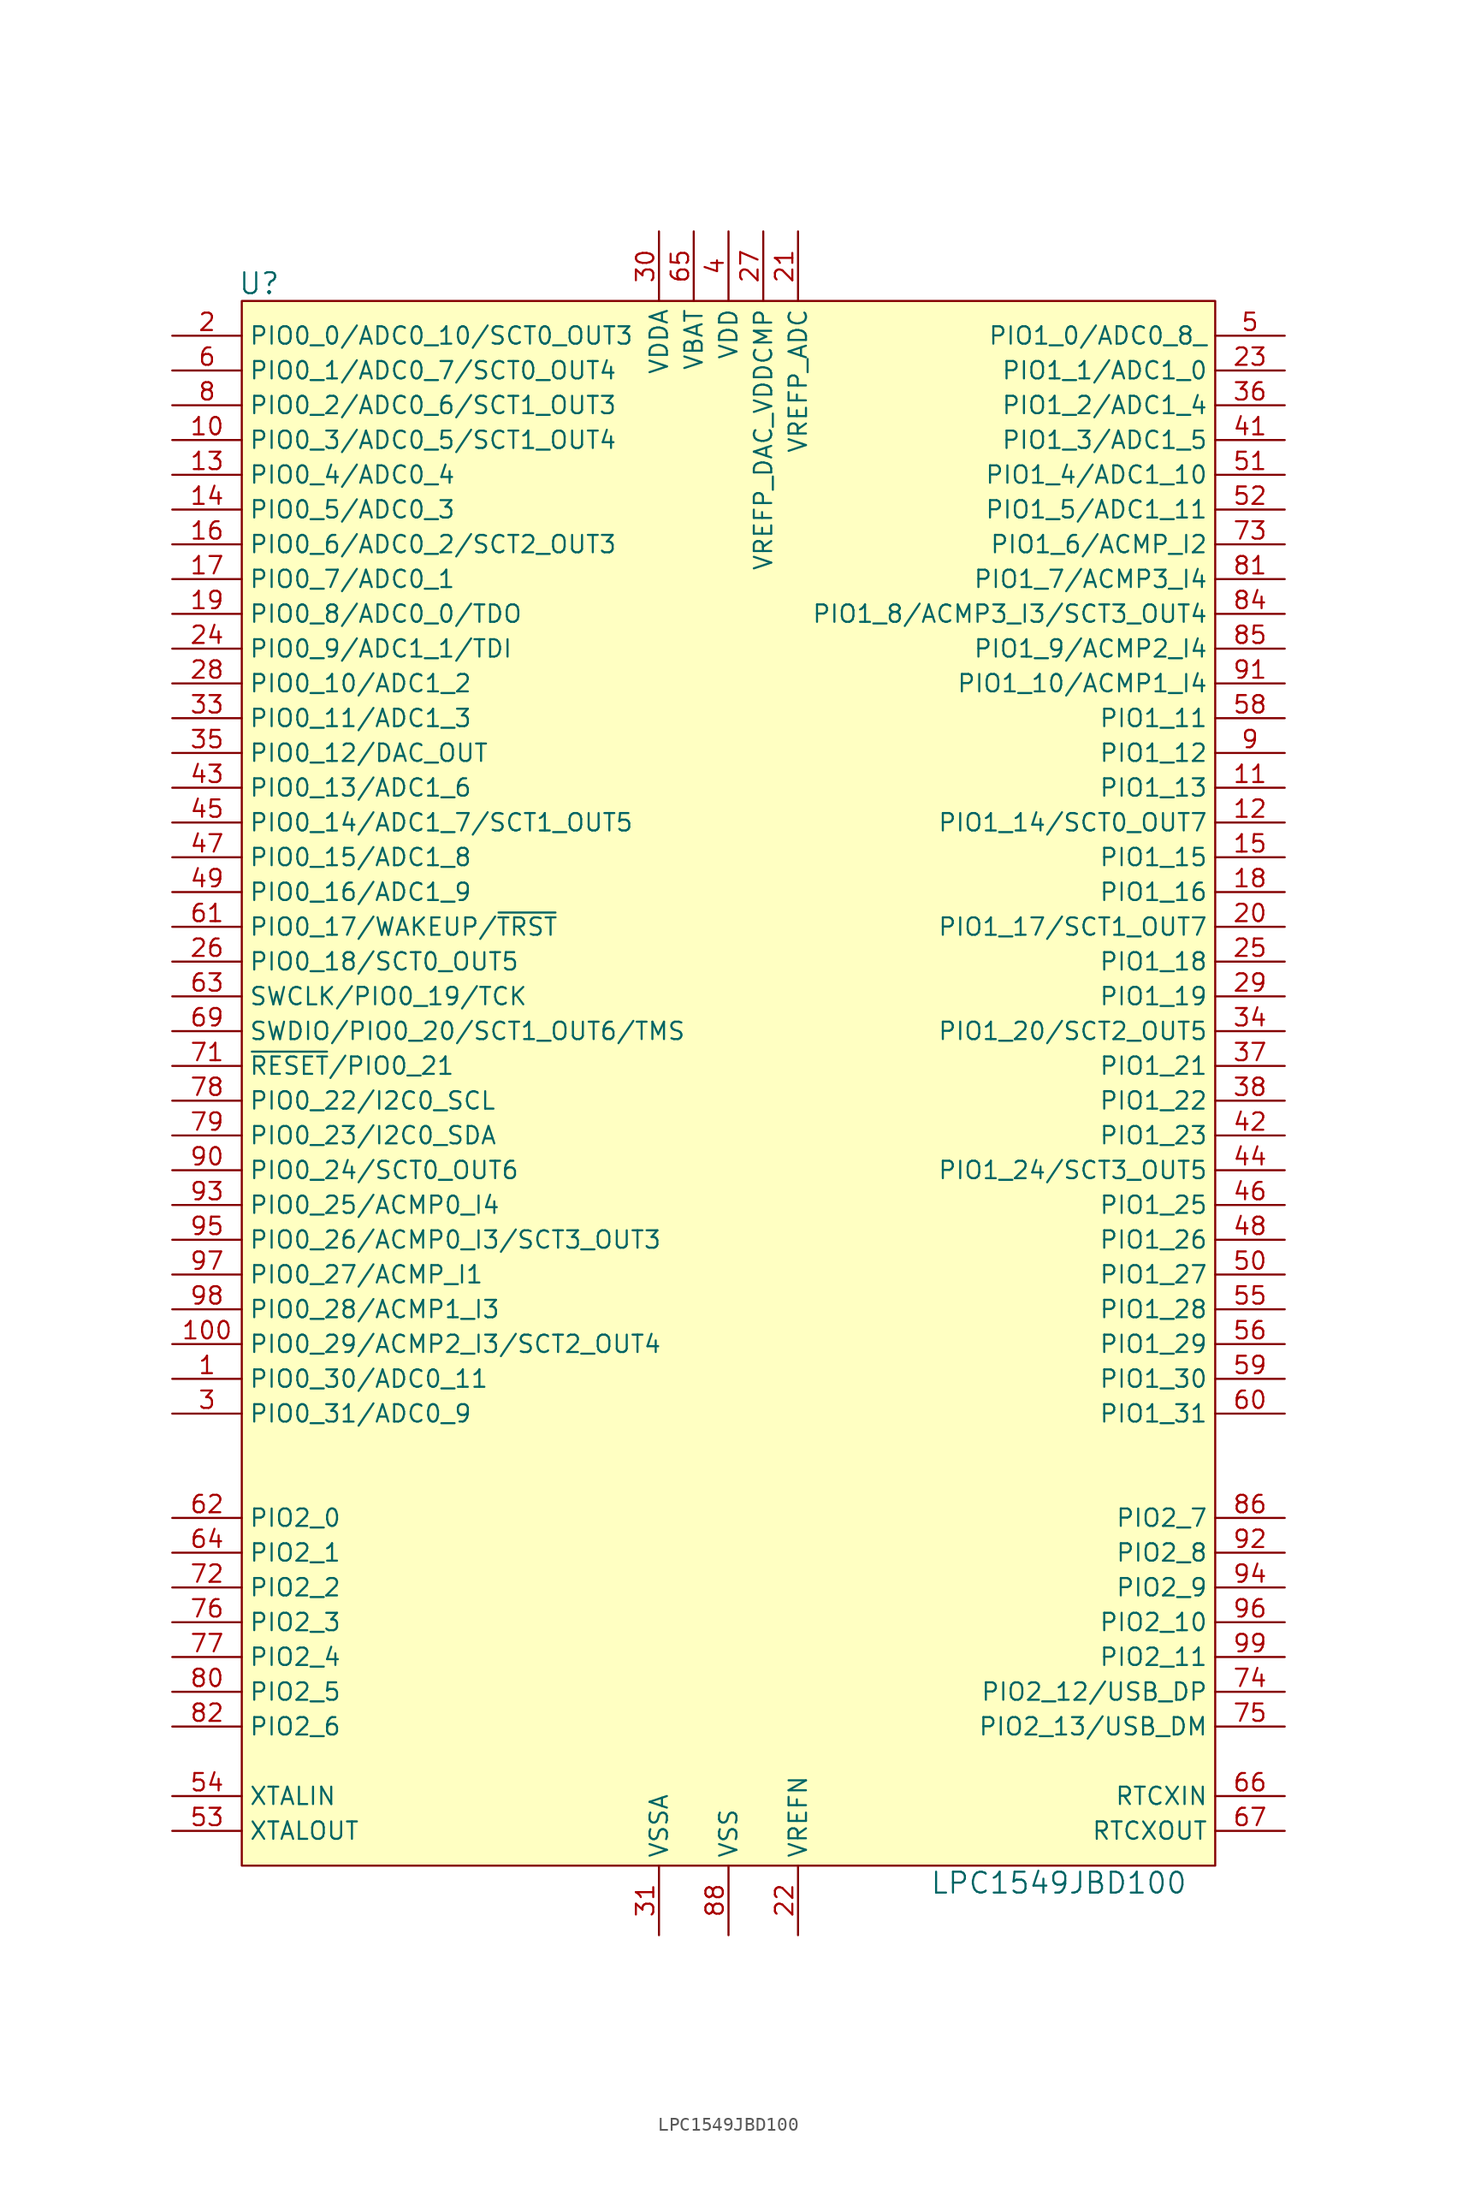
<source format=kicad_sym>
(kicad_symbol_lib
  (version 20211014)
  (generator kicad_symbol_editor)
  (symbol "LPC1549JBD100"
    (property "Reference" "U"
      (at -34.29 58.42 0)
      (effects (font (size 1.524 1.524))))
    (property "Value" "LPC1549JBD100"
      (at 24.13 -58.42 0)
      (effects (font (size 1.524 1.524))))
    (symbol "LPC1549JBD100_0_1"
      (rectangle (start -35.56 -57.15) (end 35.56 57.15) (stroke (width 0) (type default) (color 0 0 0 0)) (fill (type background))))
    (symbol "LPC1549JBD100_1_1"
      (pin bidirectional line (at -40.64 -21.59 0) (length 5.08) (name "PIO0_30/ADC0_11" (effects (font (size 1.27 1.27)))) (number "1" (effects (font (size 1.27 1.27)))))
      (pin bidirectional line (at -40.64 46.99 0) (length 5.08) (name "PIO0_3/ADC0_5/SCT1_OUT4" (effects (font (size 1.27 1.27)))) (number "10" (effects (font (size 1.27 1.27)))))
      (pin bidirectional line (at -40.64 -19.05 0) (length 5.08) (name "PIO0_29/ACMP2_I3/SCT2_OUT4" (effects (font (size 1.27 1.27)))) (number "100" (effects (font (size 1.27 1.27)))))
      (pin bidirectional line (at 40.64 21.59 180) (length 5.08) (name "PIO1_13" (effects (font (size 1.27 1.27)))) (number "11" (effects (font (size 1.27 1.27)))))
      (pin bidirectional line (at 40.64 19.05 180) (length 5.08) (name "PIO1_14/SCT0_OUT7" (effects (font (size 1.27 1.27)))) (number "12" (effects (font (size 1.27 1.27)))))
      (pin bidirectional line (at -40.64 44.45 0) (length 5.08) (name "PIO0_4/ADC0_4" (effects (font (size 1.27 1.27)))) (number "13" (effects (font (size 1.27 1.27)))))
      (pin bidirectional line (at -40.64 41.91 0) (length 5.08) (name "PIO0_5/ADC0_3" (effects (font (size 1.27 1.27)))) (number "14" (effects (font (size 1.27 1.27)))))
      (pin bidirectional line (at 40.64 16.51 180) (length 5.08) (name "PIO1_15" (effects (font (size 1.27 1.27)))) (number "15" (effects (font (size 1.27 1.27)))))
      (pin bidirectional line (at -40.64 39.37 0) (length 5.08) (name "PIO0_6/ADC0_2/SCT2_OUT3" (effects (font (size 1.27 1.27)))) (number "16" (effects (font (size 1.27 1.27)))))
      (pin bidirectional line (at -40.64 36.83 0) (length 5.08) (name "PIO0_7/ADC0_1" (effects (font (size 1.27 1.27)))) (number "17" (effects (font (size 1.27 1.27)))))
      (pin bidirectional line (at 40.64 13.97 180) (length 5.08) (name "PIO1_16" (effects (font (size 1.27 1.27)))) (number "18" (effects (font (size 1.27 1.27)))))
      (pin bidirectional line (at -40.64 34.29 0) (length 5.08) (name "PIO0_8/ADC0_0/TDO" (effects (font (size 1.27 1.27)))) (number "19" (effects (font (size 1.27 1.27)))))
      (pin bidirectional line (at -40.64 54.61 0) (length 5.08) (name "PIO0_0/ADC0_10/SCT0_OUT3" (effects (font (size 1.27 1.27)))) (number "2" (effects (font (size 1.27 1.27)))))
      (pin bidirectional line (at 40.64 11.43 180) (length 5.08) (name "PIO1_17/SCT1_OUT7" (effects (font (size 1.27 1.27)))) (number "20" (effects (font (size 1.27 1.27)))))
      (pin power_in line (at 5.08 62.23 270) (length 5.08) (name "VREFP_ADC" (effects (font (size 1.27 1.27)))) (number "21" (effects (font (size 1.27 1.27)))))
      (pin power_in line (at 5.08 -62.23 90) (length 5.08) (name "VREFN" (effects (font (size 1.27 1.27)))) (number "22" (effects (font (size 1.27 1.27)))))
      (pin bidirectional line (at 40.64 52.07 180) (length 5.08) (name "PIO1_1/ADC1_0" (effects (font (size 1.27 1.27)))) (number "23" (effects (font (size 1.27 1.27)))))
      (pin bidirectional line (at -40.64 31.75 0) (length 5.08) (name "PIO0_9/ADC1_1/TDI" (effects (font (size 1.27 1.27)))) (number "24" (effects (font (size 1.27 1.27)))))
      (pin bidirectional line (at 40.64 8.89 180) (length 5.08) (name "PIO1_18" (effects (font (size 1.27 1.27)))) (number "25" (effects (font (size 1.27 1.27)))))
      (pin bidirectional line (at -40.64 8.89 0) (length 5.08) (name "PIO0_18/SCT0_OUT5" (effects (font (size 1.27 1.27)))) (number "26" (effects (font (size 1.27 1.27)))))
      (pin power_in line (at 2.54 62.23 270) (length 5.08) (name "VREFP_DAC_VDDCMP" (effects (font (size 1.27 1.27)))) (number "27" (effects (font (size 1.27 1.27)))))
      (pin bidirectional line (at -40.64 29.21 0) (length 5.08) (name "PIO0_10/ADC1_2" (effects (font (size 1.27 1.27)))) (number "28" (effects (font (size 1.27 1.27)))))
      (pin bidirectional line (at 40.64 6.35 180) (length 5.08) (name "PIO1_19" (effects (font (size 1.27 1.27)))) (number "29" (effects (font (size 1.27 1.27)))))
      (pin bidirectional line (at -40.64 -24.13 0) (length 5.08) (name "PIO0_31/ADC0_9" (effects (font (size 1.27 1.27)))) (number "3" (effects (font (size 1.27 1.27)))))
      (pin power_in line (at -5.08 62.23 270) (length 5.08) (name "VDDA" (effects (font (size 1.27 1.27)))) (number "30" (effects (font (size 1.27 1.27)))))
      (pin power_in line (at -5.08 -62.23 90) (length 5.08) (name "VSSA" (effects (font (size 1.27 1.27)))) (number "31" (effects (font (size 1.27 1.27)))))
      (pin passive line (at 0 62.23 270) (length 5.08) hide (name "VDD" (effects (font (size 1.27 1.27)))) (number "32" (effects (font (size 1.27 1.27)))))
      (pin bidirectional line (at -40.64 26.67 0) (length 5.08) (name "PIO0_11/ADC1_3" (effects (font (size 1.27 1.27)))) (number "33" (effects (font (size 1.27 1.27)))))
      (pin bidirectional line (at 40.64 3.81 180) (length 5.08) (name "PIO1_20/SCT2_OUT5" (effects (font (size 1.27 1.27)))) (number "34" (effects (font (size 1.27 1.27)))))
      (pin bidirectional line (at -40.64 24.13 0) (length 5.08) (name "PIO0_12/DAC_OUT" (effects (font (size 1.27 1.27)))) (number "35" (effects (font (size 1.27 1.27)))))
      (pin bidirectional line (at 40.64 49.53 180) (length 5.08) (name "PIO1_2/ADC1_4" (effects (font (size 1.27 1.27)))) (number "36" (effects (font (size 1.27 1.27)))))
      (pin bidirectional line (at 40.64 1.27 180) (length 5.08) (name "PIO1_21" (effects (font (size 1.27 1.27)))) (number "37" (effects (font (size 1.27 1.27)))))
      (pin bidirectional line (at 40.64 -1.27 180) (length 5.08) (name "PIO1_22" (effects (font (size 1.27 1.27)))) (number "38" (effects (font (size 1.27 1.27)))))
      (pin passive line (at 0 -62.23 90) (length 5.08) hide (name "VSS" (effects (font (size 1.27 1.27)))) (number "39" (effects (font (size 1.27 1.27)))))
      (pin power_in line (at 0 62.23 270) (length 5.08) (name "VDD" (effects (font (size 1.27 1.27)))) (number "4" (effects (font (size 1.27 1.27)))))
      (pin passive line (at 0 -62.23 90) (length 5.08) hide (name "VSS" (effects (font (size 1.27 1.27)))) (number "40" (effects (font (size 1.27 1.27)))))
      (pin bidirectional line (at 40.64 46.99 180) (length 5.08) (name "PIO1_3/ADC1_5" (effects (font (size 1.27 1.27)))) (number "41" (effects (font (size 1.27 1.27)))))
      (pin bidirectional line (at 40.64 -3.81 180) (length 5.08) (name "PIO1_23" (effects (font (size 1.27 1.27)))) (number "42" (effects (font (size 1.27 1.27)))))
      (pin bidirectional line (at -40.64 21.59 0) (length 5.08) (name "PIO0_13/ADC1_6" (effects (font (size 1.27 1.27)))) (number "43" (effects (font (size 1.27 1.27)))))
      (pin bidirectional line (at 40.64 -6.35 180) (length 5.08) (name "PIO1_24/SCT3_OUT5" (effects (font (size 1.27 1.27)))) (number "44" (effects (font (size 1.27 1.27)))))
      (pin bidirectional line (at -40.64 19.05 0) (length 5.08) (name "PIO0_14/ADC1_7/SCT1_OUT5" (effects (font (size 1.27 1.27)))) (number "45" (effects (font (size 1.27 1.27)))))
      (pin bidirectional line (at 40.64 -8.89 180) (length 5.08) (name "PIO1_25" (effects (font (size 1.27 1.27)))) (number "46" (effects (font (size 1.27 1.27)))))
      (pin bidirectional line (at -40.64 16.51 0) (length 5.08) (name "PIO0_15/ADC1_8" (effects (font (size 1.27 1.27)))) (number "47" (effects (font (size 1.27 1.27)))))
      (pin bidirectional line (at 40.64 -11.43 180) (length 5.08) (name "PIO1_26" (effects (font (size 1.27 1.27)))) (number "48" (effects (font (size 1.27 1.27)))))
      (pin bidirectional line (at -40.64 13.97 0) (length 5.08) (name "PIO0_16/ADC1_9" (effects (font (size 1.27 1.27)))) (number "49" (effects (font (size 1.27 1.27)))))
      (pin bidirectional line (at 40.64 54.61 180) (length 5.08) (name "PIO1_0/ADC0_8_" (effects (font (size 1.27 1.27)))) (number "5" (effects (font (size 1.27 1.27)))))
      (pin bidirectional line (at 40.64 -13.97 180) (length 5.08) (name "PIO1_27" (effects (font (size 1.27 1.27)))) (number "50" (effects (font (size 1.27 1.27)))))
      (pin bidirectional line (at 40.64 44.45 180) (length 5.08) (name "PIO1_4/ADC1_10" (effects (font (size 1.27 1.27)))) (number "51" (effects (font (size 1.27 1.27)))))
      (pin bidirectional line (at 40.64 41.91 180) (length 5.08) (name "PIO1_5/ADC1_11" (effects (font (size 1.27 1.27)))) (number "52" (effects (font (size 1.27 1.27)))))
      (pin bidirectional line (at -40.64 -54.61 0) (length 5.08) (name "XTALOUT" (effects (font (size 1.27 1.27)))) (number "53" (effects (font (size 1.27 1.27)))))
      (pin bidirectional line (at -40.64 -52.07 0) (length 5.08) (name "XTALIN" (effects (font (size 1.27 1.27)))) (number "54" (effects (font (size 1.27 1.27)))))
      (pin bidirectional line (at 40.64 -16.51 180) (length 5.08) (name "PIO1_28" (effects (font (size 1.27 1.27)))) (number "55" (effects (font (size 1.27 1.27)))))
      (pin bidirectional line (at 40.64 -19.05 180) (length 5.08) (name "PIO1_29" (effects (font (size 1.27 1.27)))) (number "56" (effects (font (size 1.27 1.27)))))
      (pin passive line (at 0 62.23 270) (length 5.08) hide (name "VDD" (effects (font (size 1.27 1.27)))) (number "57" (effects (font (size 1.27 1.27)))))
      (pin bidirectional line (at 40.64 26.67 180) (length 5.08) (name "PIO1_11" (effects (font (size 1.27 1.27)))) (number "58" (effects (font (size 1.27 1.27)))))
      (pin bidirectional line (at 40.64 -21.59 180) (length 5.08) (name "PIO1_30" (effects (font (size 1.27 1.27)))) (number "59" (effects (font (size 1.27 1.27)))))
      (pin bidirectional line (at -40.64 52.07 0) (length 5.08) (name "PIO0_1/ADC0_7/SCT0_OUT4" (effects (font (size 1.27 1.27)))) (number "6" (effects (font (size 1.27 1.27)))))
      (pin bidirectional line (at 40.64 -24.13 180) (length 5.08) (name "PIO1_31" (effects (font (size 1.27 1.27)))) (number "60" (effects (font (size 1.27 1.27)))))
      (pin bidirectional line (at -40.64 11.43 0) (length 5.08) (name "PIO0_17/WAKEUP/~{TRST}" (effects (font (size 1.27 1.27)))) (number "61" (effects (font (size 1.27 1.27)))))
      (pin bidirectional line (at -40.64 -31.75 0) (length 5.08) (name "PIO2_0" (effects (font (size 1.27 1.27)))) (number "62" (effects (font (size 1.27 1.27)))))
      (pin bidirectional line (at -40.64 6.35 0) (length 5.08) (name "SWCLK/PIO0_19/TCK" (effects (font (size 1.27 1.27)))) (number "63" (effects (font (size 1.27 1.27)))))
      (pin bidirectional line (at -40.64 -34.29 0) (length 5.08) (name "PIO2_1" (effects (font (size 1.27 1.27)))) (number "64" (effects (font (size 1.27 1.27)))))
      (pin power_in line (at -2.54 62.23 270) (length 5.08) (name "VBAT" (effects (font (size 1.27 1.27)))) (number "65" (effects (font (size 1.27 1.27)))))
      (pin bidirectional line (at 40.64 -52.07 180) (length 5.08) (name "RTCXIN" (effects (font (size 1.27 1.27)))) (number "66" (effects (font (size 1.27 1.27)))))
      (pin bidirectional line (at 40.64 -54.61 180) (length 5.08) (name "RTCXOUT" (effects (font (size 1.27 1.27)))) (number "67" (effects (font (size 1.27 1.27)))))
      (pin passive line (at 0 -62.23 90) (length 5.08) hide (name "VSS" (effects (font (size 1.27 1.27)))) (number "68" (effects (font (size 1.27 1.27)))))
      (pin bidirectional line (at -40.64 3.81 0) (length 5.08) (name "SWDIO/PIO0_20/SCT1_OUT6/TMS" (effects (font (size 1.27 1.27)))) (number "69" (effects (font (size 1.27 1.27)))))
      (pin passive line (at 0 -62.23 90) (length 5.08) hide (name "VSS" (effects (font (size 1.27 1.27)))) (number "7" (effects (font (size 1.27 1.27)))))
      (pin passive line (at 0 62.23 270) (length 5.08) hide (name "VDD" (effects (font (size 1.27 1.27)))) (number "70" (effects (font (size 1.27 1.27)))))
      (pin bidirectional line (at -40.64 1.27 0) (length 5.08) (name "~{RESET}/PIO0_21" (effects (font (size 1.27 1.27)))) (number "71" (effects (font (size 1.27 1.27)))))
      (pin bidirectional line (at -40.64 -36.83 0) (length 5.08) (name "PIO2_2" (effects (font (size 1.27 1.27)))) (number "72" (effects (font (size 1.27 1.27)))))
      (pin bidirectional line (at 40.64 39.37 180) (length 5.08) (name "PIO1_6/ACMP_I2" (effects (font (size 1.27 1.27)))) (number "73" (effects (font (size 1.27 1.27)))))
      (pin bidirectional line (at 40.64 -44.45 180) (length 5.08) (name "PIO2_12/USB_DP" (effects (font (size 1.27 1.27)))) (number "74" (effects (font (size 1.27 1.27)))))
      (pin bidirectional line (at 40.64 -46.99 180) (length 5.08) (name "PIO2_13/USB_DM" (effects (font (size 1.27 1.27)))) (number "75" (effects (font (size 1.27 1.27)))))
      (pin bidirectional line (at -40.64 -39.37 0) (length 5.08) (name "PIO2_3" (effects (font (size 1.27 1.27)))) (number "76" (effects (font (size 1.27 1.27)))))
      (pin bidirectional line (at -40.64 -41.91 0) (length 5.08) (name "PIO2_4" (effects (font (size 1.27 1.27)))) (number "77" (effects (font (size 1.27 1.27)))))
      (pin bidirectional line (at -40.64 -1.27 0) (length 5.08) (name "PIO0_22/I2C0_SCL" (effects (font (size 1.27 1.27)))) (number "78" (effects (font (size 1.27 1.27)))))
      (pin bidirectional line (at -40.64 -3.81 0) (length 5.08) (name "PIO0_23/I2C0_SDA" (effects (font (size 1.27 1.27)))) (number "79" (effects (font (size 1.27 1.27)))))
      (pin bidirectional line (at -40.64 49.53 0) (length 5.08) (name "PIO0_2/ADC0_6/SCT1_OUT3" (effects (font (size 1.27 1.27)))) (number "8" (effects (font (size 1.27 1.27)))))
      (pin bidirectional line (at -40.64 -44.45 0) (length 5.08) (name "PIO2_5" (effects (font (size 1.27 1.27)))) (number "80" (effects (font (size 1.27 1.27)))))
      (pin bidirectional line (at 40.64 36.83 180) (length 5.08) (name "PIO1_7/ACMP3_I4" (effects (font (size 1.27 1.27)))) (number "81" (effects (font (size 1.27 1.27)))))
      (pin bidirectional line (at -40.64 -46.99 0) (length 5.08) (name "PIO2_6" (effects (font (size 1.27 1.27)))) (number "82" (effects (font (size 1.27 1.27)))))
      (pin passive line (at 0 62.23 270) (length 5.08) hide (name "VDD" (effects (font (size 1.27 1.27)))) (number "83" (effects (font (size 1.27 1.27)))))
      (pin bidirectional line (at 40.64 34.29 180) (length 5.08) (name "PIO1_8/ACMP3_I3/SCT3_OUT4" (effects (font (size 1.27 1.27)))) (number "84" (effects (font (size 1.27 1.27)))))
      (pin bidirectional line (at 40.64 31.75 180) (length 5.08) (name "PIO1_9/ACMP2_I4" (effects (font (size 1.27 1.27)))) (number "85" (effects (font (size 1.27 1.27)))))
      (pin bidirectional line (at 40.64 -31.75 180) (length 5.08) (name "PIO2_7" (effects (font (size 1.27 1.27)))) (number "86" (effects (font (size 1.27 1.27)))))
      (pin passive line (at 0 -62.23 90) (length 5.08) hide (name "VSS" (effects (font (size 1.27 1.27)))) (number "87" (effects (font (size 1.27 1.27)))))
      (pin power_in line (at 0 -62.23 90) (length 5.08) (name "VSS" (effects (font (size 1.27 1.27)))) (number "88" (effects (font (size 1.27 1.27)))))
      (pin passive line (at 0 62.23 270) (length 5.08) hide (name "VDD" (effects (font (size 1.27 1.27)))) (number "89" (effects (font (size 1.27 1.27)))))
      (pin bidirectional line (at 40.64 24.13 180) (length 5.08) (name "PIO1_12" (effects (font (size 1.27 1.27)))) (number "9" (effects (font (size 1.27 1.27)))))
      (pin bidirectional line (at -40.64 -6.35 0) (length 5.08) (name "PIO0_24/SCT0_OUT6" (effects (font (size 1.27 1.27)))) (number "90" (effects (font (size 1.27 1.27)))))
      (pin bidirectional line (at 40.64 29.21 180) (length 5.08) (name "PIO1_10/ACMP1_I4" (effects (font (size 1.27 1.27)))) (number "91" (effects (font (size 1.27 1.27)))))
      (pin bidirectional line (at 40.64 -34.29 180) (length 5.08) (name "PIO2_8" (effects (font (size 1.27 1.27)))) (number "92" (effects (font (size 1.27 1.27)))))
      (pin bidirectional line (at -40.64 -8.89 0) (length 5.08) (name "PIO0_25/ACMP0_I4" (effects (font (size 1.27 1.27)))) (number "93" (effects (font (size 1.27 1.27)))))
      (pin bidirectional line (at 40.64 -36.83 180) (length 5.08) (name "PIO2_9" (effects (font (size 1.27 1.27)))) (number "94" (effects (font (size 1.27 1.27)))))
      (pin bidirectional line (at -40.64 -11.43 0) (length 5.08) (name "PIO0_26/ACMP0_I3/SCT3_OUT3" (effects (font (size 1.27 1.27)))) (number "95" (effects (font (size 1.27 1.27)))))
      (pin bidirectional line (at 40.64 -39.37 180) (length 5.08) (name "PIO2_10" (effects (font (size 1.27 1.27)))) (number "96" (effects (font (size 1.27 1.27)))))
      (pin bidirectional line (at -40.64 -13.97 0) (length 5.08) (name "PIO0_27/ACMP_I1" (effects (font (size 1.27 1.27)))) (number "97" (effects (font (size 1.27 1.27)))))
      (pin bidirectional line (at -40.64 -16.51 0) (length 5.08) (name "PIO0_28/ACMP1_I3" (effects (font (size 1.27 1.27)))) (number "98" (effects (font (size 1.27 1.27)))))
      (pin bidirectional line (at 40.64 -41.91 180) (length 5.08) (name "PIO2_11" (effects (font (size 1.27 1.27)))) (number "99" (effects (font (size 1.27 1.27))))))))
</source>
